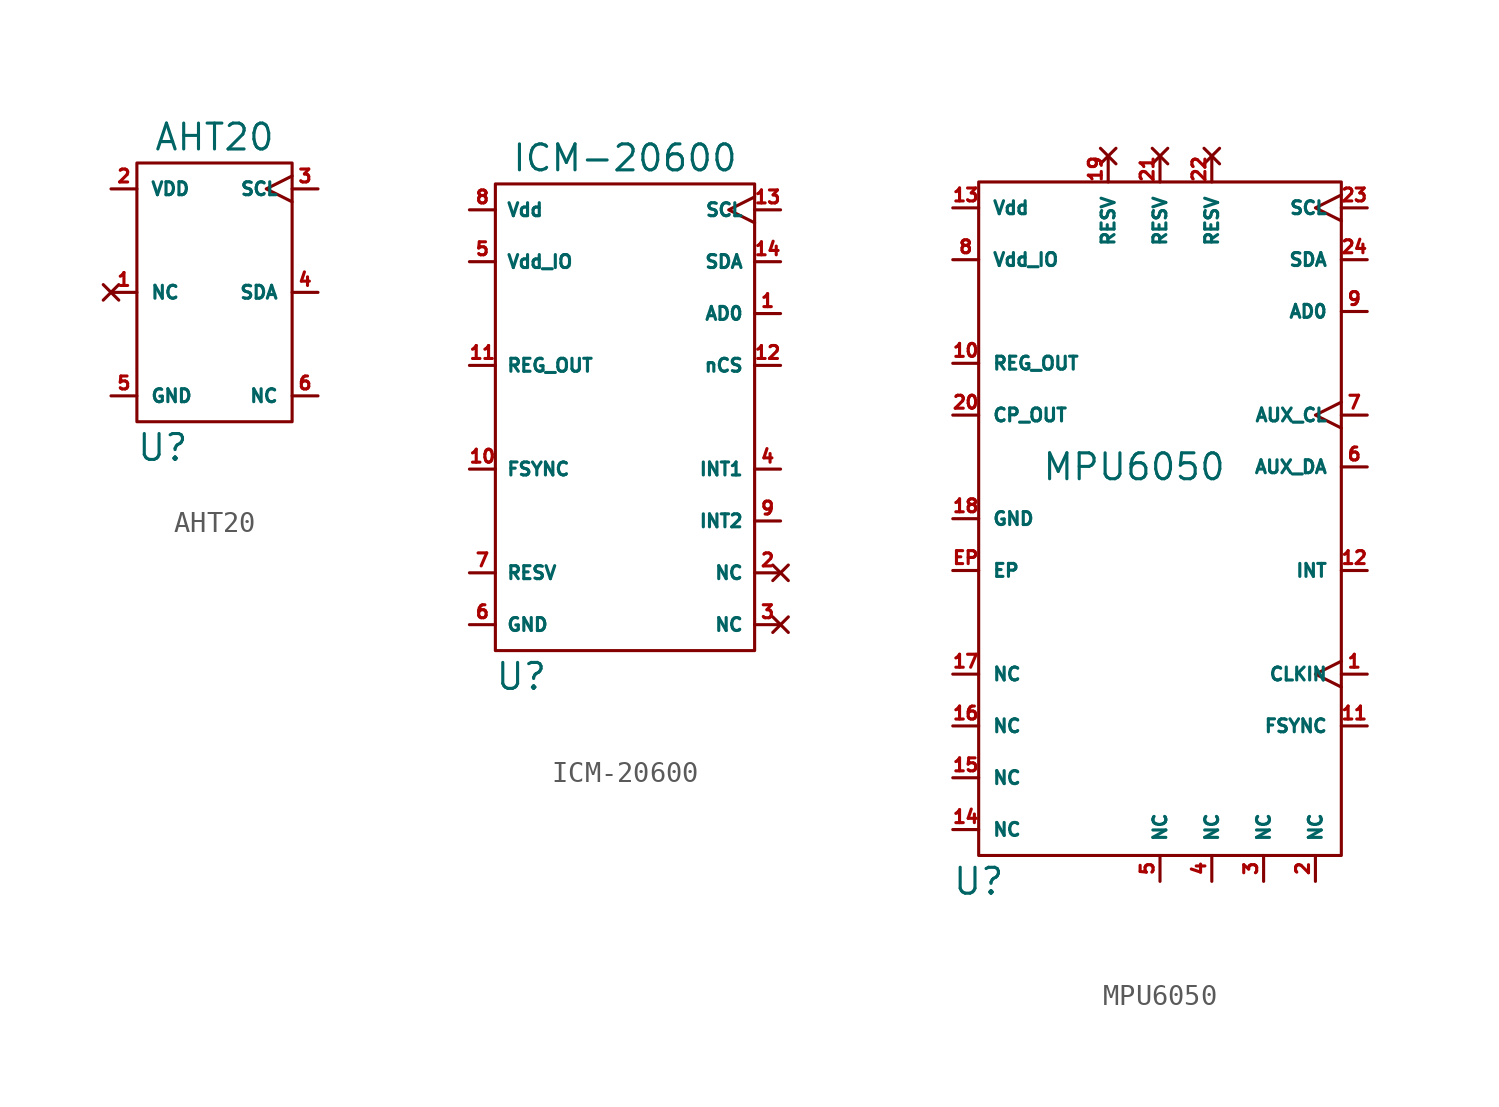
<source format=kicad_sym>
(kicad_symbol_lib
  (version 20211014)
  (generator kicad_symbol_editor)
  (symbol "AHT20"
    (pin_names
      (offset 0.635))
    (property "Reference" "U"
      (at -2.54 -7.62 0)
      (effects (font (size 1.27 1.27))))
    (property "Value" "AHT20"
      (at 0 7.62 0)
      (effects (font (size 1.27 1.27))))
    (symbol "AHT20_0_1"
      (rectangle (start -3.81 6.35) (end 3.81 -6.35) (stroke (width 0) (type default) (color 0 0 0 0)) (fill (type none))))
    (symbol "AHT20_1_1"
      (pin no_connect line (at -5.08 0 0) (length 1.27) (name "NC" (effects (font (size 0.635 0.635)))) (number "1" (effects (font (size 0.635 0.635)))))
      (pin power_in line (at -5.08 5.08 0) (length 1.27) (name "VDD" (effects (font (size 0.635 0.635)))) (number "2" (effects (font (size 0.635 0.635)))))
      (pin open_collector clock (at 5.08 5.08 180) (length 1.27) (name "SCL" (effects (font (size 0.635 0.635)))) (number "3" (effects (font (size 0.635 0.635)))))
      (pin open_collector line (at 5.08 0 180) (length 1.27) (name "SDA" (effects (font (size 0.635 0.635)))) (number "4" (effects (font (size 0.635 0.635)))))
      (pin power_in line (at -5.08 -5.08 0) (length 1.27) (name "GND" (effects (font (size 0.635 0.635)))) (number "5" (effects (font (size 0.635 0.635)))))
      (pin input line (at 5.08 -5.08 180) (length 1.27) (name "NC" (effects (font (size 0.635 0.635)))) (number "6" (effects (font (size 0.635 0.635)))))))
  (symbol "ICM-20600"
    (property "Reference" "U"
      (at -5.08 -12.7 0)
      (effects (font (size 1.27 1.27))))
    (property "Value" "ICM-20600"
      (at 0 12.7 0)
      (effects (font (size 1.27 1.27))))
    (symbol "ICM-20600_0_1"
      (rectangle (start -6.35 11.43) (end 6.35 -11.43) (stroke (width 0) (type default) (color 0 0 0 0)) (fill (type none))))
    (symbol "ICM-20600_1_1"
      (pin input line (at 7.62 5.08 180) (length 1.27) (name "AD0" (effects (font (size 0.635 0.635)))) (number "1" (effects (font (size 0.635 0.635)))) (alternate "SDO" output line))
      (pin input line (at -7.62 -2.54 0) (length 1.27) (name "FSYNC" (effects (font (size 0.635 0.635)))) (number "10" (effects (font (size 0.635 0.635)))) (alternate "NC" no_connect line))
      (pin power_out line (at -7.62 2.54 0) (length 1.27) (name "REG_OUT" (effects (font (size 0.635 0.635)))) (number "11" (effects (font (size 0.635 0.635)))))
      (pin input line (at 7.62 2.54 180) (length 1.27) (name "nCS" (effects (font (size 0.635 0.635)))) (number "12" (effects (font (size 0.635 0.635)))))
      (pin open_collector clock (at 7.62 10.16 180) (length 1.27) (name "SCL" (effects (font (size 0.635 0.635)))) (number "13" (effects (font (size 0.635 0.635)))) (alternate "SCLK" input clock))
      (pin open_collector line (at 7.62 7.62 180) (length 1.27) (name "SDA" (effects (font (size 0.635 0.635)))) (number "14" (effects (font (size 0.635 0.635)))) (alternate "SDI" input line))
      (pin no_connect line (at 7.62 -7.62 180) (length 1.27) (name "NC" (effects (font (size 0.635 0.635)))) (number "2" (effects (font (size 0.635 0.635)))))
      (pin no_connect line (at 7.62 -10.16 180) (length 1.27) (name "NC" (effects (font (size 0.635 0.635)))) (number "3" (effects (font (size 0.635 0.635)))))
      (pin output line (at 7.62 -2.54 180) (length 1.27) (name "INT1" (effects (font (size 0.635 0.635)))) (number "4" (effects (font (size 0.635 0.635)))))
      (pin power_in line (at -7.62 7.62 0) (length 1.27) (name "Vdd_IO" (effects (font (size 0.635 0.635)))) (number "5" (effects (font (size 0.635 0.635)))))
      (pin power_in line (at -7.62 -10.16 0) (length 1.27) (name "GND" (effects (font (size 0.635 0.635)))) (number "6" (effects (font (size 0.635 0.635)))))
      (pin passive line (at -7.62 -7.62 0) (length 1.27) (name "RESV" (effects (font (size 0.635 0.635)))) (number "7" (effects (font (size 0.635 0.635)))))
      (pin power_in line (at -7.62 10.16 0) (length 1.27) (name "Vdd" (effects (font (size 0.635 0.635)))) (number "8" (effects (font (size 0.635 0.635)))))
      (pin output line (at 7.62 -5.08 180) (length 1.27) (name "INT2" (effects (font (size 0.635 0.635)))) (number "9" (effects (font (size 0.635 0.635)))))))
  (symbol "MPU6050"
    (pin_names
      (offset 0.635))
    (property "Reference" "U"
      (at -8.89 -20.32 0)
      (effects (font (size 1.27 1.27))))
    (property "Value" "MPU6050"
      (at -1.27 0 0)
      (effects (font (size 1.27 1.27))))
    (symbol "MPU6050_0_1"
      (rectangle (start -8.89 13.97) (end 8.89 -19.05) (stroke (width 0) (type default) (color 0 0 0 0)) (fill (type none))))
    (symbol "MPU6050_1_1"
      (pin input clock (at 10.16 -10.16 180) (length 1.27) (name "CLKIN" (effects (font (size 0.635 0.635)))) (number "1" (effects (font (size 0.635 0.635)))))
      (pin power_out line (at -10.16 5.08 0) (length 1.27) (name "REG_OUT" (effects (font (size 0.635 0.635)))) (number "10" (effects (font (size 0.635 0.635)))))
      (pin input line (at 10.16 -12.7 180) (length 1.27) (name "FSYNC" (effects (font (size 0.635 0.635)))) (number "11" (effects (font (size 0.635 0.635)))))
      (pin output line (at 10.16 -5.08 180) (length 1.27) (name "INT" (effects (font (size 0.635 0.635)))) (number "12" (effects (font (size 0.635 0.635)))))
      (pin power_in line (at -10.16 12.7 0) (length 1.27) (name "Vdd" (effects (font (size 0.635 0.635)))) (number "13" (effects (font (size 0.635 0.635)))))
      (pin free line (at -10.16 -17.78 0) (length 1.27) (name "NC" (effects (font (size 0.635 0.635)))) (number "14" (effects (font (size 0.635 0.635)))))
      (pin free line (at -10.16 -15.24 0) (length 1.27) (name "NC" (effects (font (size 0.635 0.635)))) (number "15" (effects (font (size 0.635 0.635)))))
      (pin free line (at -10.16 -12.7 0) (length 1.27) (name "NC" (effects (font (size 0.635 0.635)))) (number "16" (effects (font (size 0.635 0.635)))))
      (pin free line (at -10.16 -10.16 0) (length 1.27) (name "NC" (effects (font (size 0.635 0.635)))) (number "17" (effects (font (size 0.635 0.635)))))
      (pin power_in line (at -10.16 -2.54 0) (length 1.27) (name "GND" (effects (font (size 0.635 0.635)))) (number "18" (effects (font (size 0.635 0.635)))))
      (pin no_connect line (at -2.54 15.24 270) (length 1.27) (name "RESV" (effects (font (size 0.635 0.635)))) (number "19" (effects (font (size 0.635 0.635)))))
      (pin free line (at 7.62 -20.32 90) (length 1.27) (name "NC" (effects (font (size 0.635 0.635)))) (number "2" (effects (font (size 0.635 0.635)))))
      (pin power_out line (at -10.16 2.54 0) (length 1.27) (name "CP_OUT" (effects (font (size 0.635 0.635)))) (number "20" (effects (font (size 0.635 0.635)))))
      (pin no_connect line (at 0 15.24 270) (length 1.27) (name "RESV" (effects (font (size 0.635 0.635)))) (number "21" (effects (font (size 0.635 0.635)))))
      (pin no_connect line (at 2.54 15.24 270) (length 1.27) (name "RESV" (effects (font (size 0.635 0.635)))) (number "22" (effects (font (size 0.635 0.635)))))
      (pin open_collector clock (at 10.16 12.7 180) (length 1.27) (name "SCL" (effects (font (size 0.635 0.635)))) (number "23" (effects (font (size 0.635 0.635)))))
      (pin open_collector line (at 10.16 10.16 180) (length 1.27) (name "SDA" (effects (font (size 0.635 0.635)))) (number "24" (effects (font (size 0.635 0.635)))))
      (pin free line (at 5.08 -20.32 90) (length 1.27) (name "NC" (effects (font (size 0.635 0.635)))) (number "3" (effects (font (size 0.635 0.635)))))
      (pin free line (at 2.54 -20.32 90) (length 1.27) (name "NC" (effects (font (size 0.635 0.635)))) (number "4" (effects (font (size 0.635 0.635)))))
      (pin free line (at 0 -20.32 90) (length 1.27) (name "NC" (effects (font (size 0.635 0.635)))) (number "5" (effects (font (size 0.635 0.635)))))
      (pin open_collector line (at 10.16 0 180) (length 1.27) (name "AUX_DA" (effects (font (size 0.635 0.635)))) (number "6" (effects (font (size 0.635 0.635)))))
      (pin open_collector clock (at 10.16 2.54 180) (length 1.27) (name "AUX_CL" (effects (font (size 0.635 0.635)))) (number "7" (effects (font (size 0.635 0.635)))))
      (pin power_in line (at -10.16 10.16 0) (length 1.27) (name "Vdd_IO" (effects (font (size 0.635 0.635)))) (number "8" (effects (font (size 0.635 0.635)))))
      (pin input line (at 10.16 7.62 180) (length 1.27) (name "AD0" (effects (font (size 0.635 0.635)))) (number "9" (effects (font (size 0.635 0.635)))))
      (pin passive line (at -10.16 -5.08 0) (length 1.27) (name "EP" (effects (font (size 0.635 0.635)))) (number "EP" (effects (font (size 0.635 0.635))))))))
</source>
